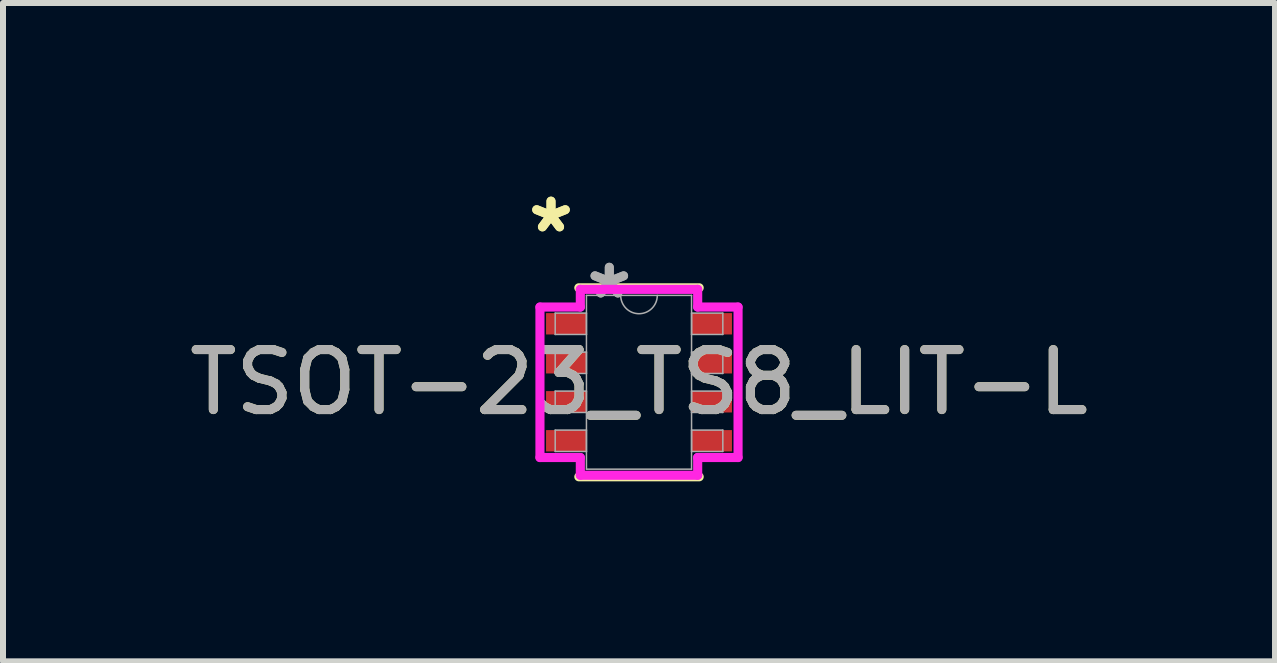
<source format=kicad_pcb>
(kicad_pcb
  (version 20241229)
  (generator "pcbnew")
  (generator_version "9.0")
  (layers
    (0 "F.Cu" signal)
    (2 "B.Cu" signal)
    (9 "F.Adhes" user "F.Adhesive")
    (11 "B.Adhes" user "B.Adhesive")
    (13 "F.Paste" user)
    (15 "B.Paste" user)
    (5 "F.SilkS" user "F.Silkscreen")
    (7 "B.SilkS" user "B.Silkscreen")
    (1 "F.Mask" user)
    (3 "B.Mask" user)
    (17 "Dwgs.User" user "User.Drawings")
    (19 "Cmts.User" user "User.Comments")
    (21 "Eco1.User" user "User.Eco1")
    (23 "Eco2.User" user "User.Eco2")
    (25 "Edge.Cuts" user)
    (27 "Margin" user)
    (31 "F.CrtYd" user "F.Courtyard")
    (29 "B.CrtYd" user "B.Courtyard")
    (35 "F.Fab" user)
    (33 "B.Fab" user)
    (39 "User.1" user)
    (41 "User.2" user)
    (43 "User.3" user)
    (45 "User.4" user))
  (footprint "TSOT-23_TS8_LIT-L"
    (layer "F.Cu")
    (at 7.601 3.322)
    (property "Reference" "TSOT-23_TS8_LIT-L" (at 0 0 0) (unlocked yes) (layer "F.SilkS") (effects (font (size 1 1) (thickness 0.15))))
    (attr smd)
    (fp_line (start -1.003 1.575) (end 1.003 1.575) (stroke (width 0.152) (type solid)) (layer "F.SilkS"))
    (fp_line (start 1.003 -1.575) (end -1.003 -1.575) (stroke (width 0.152) (type solid)) (layer "F.SilkS"))
    (fp_line (start -1.651 -1.254) (end -0.978 -1.254) (stroke (width 0.152) (type solid)) (layer "F.CrtYd"))
    (fp_line (start -1.651 1.254) (end -1.651 -1.254) (stroke (width 0.152) (type solid)) (layer "F.CrtYd"))
    (fp_line (start -1.651 1.254) (end -0.978 1.254) (stroke (width 0.152) (type solid)) (layer "F.CrtYd"))
    (fp_line (start -0.978 -1.549) (end 0.978 -1.549) (stroke (width 0.152) (type solid)) (layer "F.CrtYd"))
    (fp_line (start -0.978 -1.254) (end -0.978 -1.549) (stroke (width 0.152) (type solid)) (layer "F.CrtYd"))
    (fp_line (start -0.978 1.549) (end -0.978 1.254) (stroke (width 0.152) (type solid)) (layer "F.CrtYd"))
    (fp_line (start 0.978 -1.549) (end 0.978 -1.254) (stroke (width 0.152) (type solid)) (layer "F.CrtYd"))
    (fp_line (start 0.978 1.254) (end 0.978 1.549) (stroke (width 0.152) (type solid)) (layer "F.CrtYd"))
    (fp_line (start 0.978 1.549) (end -0.978 1.549) (stroke (width 0.152) (type solid)) (layer "F.CrtYd"))
    (fp_line (start 1.651 -1.254) (end 0.978 -1.254) (stroke (width 0.152) (type solid)) (layer "F.CrtYd"))
    (fp_line (start 1.651 -1.254) (end 1.651 1.254) (stroke (width 0.152) (type solid)) (layer "F.CrtYd"))
    (fp_line (start 1.651 1.254) (end 0.978 1.254) (stroke (width 0.152) (type solid)) (layer "F.CrtYd"))
    (fp_line (start -1.397 -1.153) (end -1.397 -0.797) (stroke (width 0.025) (type solid)) (layer "F.Fab"))
    (fp_line (start -1.397 -0.797) (end -0.876 -0.797) (stroke (width 0.025) (type solid)) (layer "F.Fab"))
    (fp_line (start -1.397 -0.503) (end -1.397 -0.147) (stroke (width 0.025) (type solid)) (layer "F.Fab"))
    (fp_line (start -1.397 -0.147) (end -0.876 -0.147) (stroke (width 0.025) (type solid)) (layer "F.Fab"))
    (fp_line (start -1.397 0.147) (end -1.397 0.503) (stroke (width 0.025) (type solid)) (layer "F.Fab"))
    (fp_line (start -1.397 0.503) (end -0.876 0.503) (stroke (width 0.025) (type solid)) (layer "F.Fab"))
    (fp_line (start -1.397 0.797) (end -1.397 1.153) (stroke (width 0.025) (type solid)) (layer "F.Fab"))
    (fp_line (start -1.397 1.153) (end -0.876 1.153) (stroke (width 0.025) (type solid)) (layer "F.Fab"))
    (fp_line (start -0.876 -1.448) (end -0.876 1.448) (stroke (width 0.025) (type solid)) (layer "F.Fab"))
    (fp_line (start -0.876 -1.153) (end -1.397 -1.153) (stroke (width 0.025) (type solid)) (layer "F.Fab"))
    (fp_line (start -0.876 -0.797) (end -0.876 -1.153) (stroke (width 0.025) (type solid)) (layer "F.Fab"))
    (fp_line (start -0.876 -0.503) (end -1.397 -0.503) (stroke (width 0.025) (type solid)) (layer "F.Fab"))
    (fp_line (start -0.876 -0.147) (end -0.876 -0.503) (stroke (width 0.025) (type solid)) (layer "F.Fab"))
    (fp_line (start -0.876 0.147) (end -1.397 0.147) (stroke (width 0.025) (type solid)) (layer "F.Fab"))
    (fp_line (start -0.876 0.503) (end -0.876 0.147) (stroke (width 0.025) (type solid)) (layer "F.Fab"))
    (fp_line (start -0.876 0.797) (end -1.397 0.797) (stroke (width 0.025) (type solid)) (layer "F.Fab"))
    (fp_line (start -0.876 1.153) (end -0.876 0.797) (stroke (width 0.025) (type solid)) (layer "F.Fab"))
    (fp_line (start -0.876 1.448) (end 0.876 1.448) (stroke (width 0.025) (type solid)) (layer "F.Fab"))
    (fp_line (start 0.876 -1.448) (end -0.876 -1.448) (stroke (width 0.025) (type solid)) (layer "F.Fab"))
    (fp_line (start 0.876 -1.153) (end 0.876 -0.797) (stroke (width 0.025) (type solid)) (layer "F.Fab"))
    (fp_line (start 0.876 -0.797) (end 1.397 -0.797) (stroke (width 0.025) (type solid)) (layer "F.Fab"))
    (fp_line (start 0.876 -0.503) (end 0.876 -0.147) (stroke (width 0.025) (type solid)) (layer "F.Fab"))
    (fp_line (start 0.876 -0.147) (end 1.397 -0.147) (stroke (width 0.025) (type solid)) (layer "F.Fab"))
    (fp_line (start 0.876 0.147) (end 0.876 0.503) (stroke (width 0.025) (type solid)) (layer "F.Fab"))
    (fp_line (start 0.876 0.503) (end 1.397 0.503) (stroke (width 0.025) (type solid)) (layer "F.Fab"))
    (fp_line (start 0.876 0.797) (end 0.876 1.153) (stroke (width 0.025) (type solid)) (layer "F.Fab"))
    (fp_line (start 0.876 1.153) (end 1.397 1.153) (stroke (width 0.025) (type solid)) (layer "F.Fab"))
    (fp_line (start 0.876 1.448) (end 0.876 -1.448) (stroke (width 0.025) (type solid)) (layer "F.Fab"))
    (fp_line (start 1.397 -1.153) (end 0.876 -1.153) (stroke (width 0.025) (type solid)) (layer "F.Fab"))
    (fp_line (start 1.397 -0.797) (end 1.397 -1.153) (stroke (width 0.025) (type solid)) (layer "F.Fab"))
    (fp_line (start 1.397 -0.503) (end 0.876 -0.503) (stroke (width 0.025) (type solid)) (layer "F.Fab"))
    (fp_line (start 1.397 -0.147) (end 1.397 -0.503) (stroke (width 0.025) (type solid)) (layer "F.Fab"))
    (fp_line (start 1.397 0.147) (end 0.876 0.147) (stroke (width 0.025) (type solid)) (layer "F.Fab"))
    (fp_line (start 1.397 0.503) (end 1.397 0.147) (stroke (width 0.025) (type solid)) (layer "F.Fab"))
    (fp_line (start 1.397 0.797) (end 0.876 0.797) (stroke (width 0.025) (type solid)) (layer "F.Fab"))
    (fp_line (start 1.397 1.153) (end 1.397 0.797) (stroke (width 0.025) (type solid)) (layer "F.Fab"))
    (fp_arc (start 0.3048 -1.4478) (mid 0 -1.143) (end -0.3048 -1.4478) (stroke (width 0.0254) (type solid)) (layer "F.Fab"))
    (fp_text user "*" (at -1.467 -2.474 0) (layer "F.SilkS") (effects (font (size 1 1) (thickness 0.15))))
    (fp_text user "*" (at -1.467 -2.474 0) (unlocked yes) (layer "F.SilkS") (effects (font (size 1 1) (thickness 0.15))))
    (fp_text user "${REFERENCE}" (at 0 0 0) (unlocked yes) (layer "F.Fab") (effects (font (size 1 1) (thickness 0.15))))
    (fp_text user "*" (at -0.495 -1.372 0) (unlocked yes) (layer "F.Fab") (effects (font (size 1 1) (thickness 0.15))))
    (fp_text user "*" (at -0.495 -1.372 0) (layer "F.Fab") (effects (font (size 1 1) (thickness 0.15))))
    (pad "1" smd rect (at -1.213 -0.975) (size 0.673 0.356) (layers "F.Cu" "F.Mask" "F.Paste"))
    (pad "2" smd rect (at -1.213 -0.325) (size 0.673 0.356) (layers "F.Cu" "F.Mask" "F.Paste"))
    (pad "3" smd rect (at -1.213 0.325) (size 0.673 0.356) (layers "F.Cu" "F.Mask" "F.Paste"))
    (pad "4" smd rect (at -1.213 0.975) (size 0.673 0.356) (layers "F.Cu" "F.Mask" "F.Paste"))
    (pad "5" smd rect (at 1.213 0.975) (size 0.673 0.356) (layers "F.Cu" "F.Mask" "F.Paste"))
    (pad "6" smd rect (at 1.213 0.325) (size 0.673 0.356) (layers "F.Cu" "F.Mask" "F.Paste"))
    (pad "7" smd rect (at 1.213 -0.325) (size 0.673 0.356) (layers "F.Cu" "F.Mask" "F.Paste"))
    (pad "8" smd rect (at 1.213 -0.975) (size 0.673 0.356) (layers "F.Cu" "F.Mask" "F.Paste")))
  (gr_rect
    (start -3 -3)
    (end 18.202 7.973)
    (stroke (width 0.1) (type default))
    (fill no)
    (layer "Edge.Cuts")))
</source>
